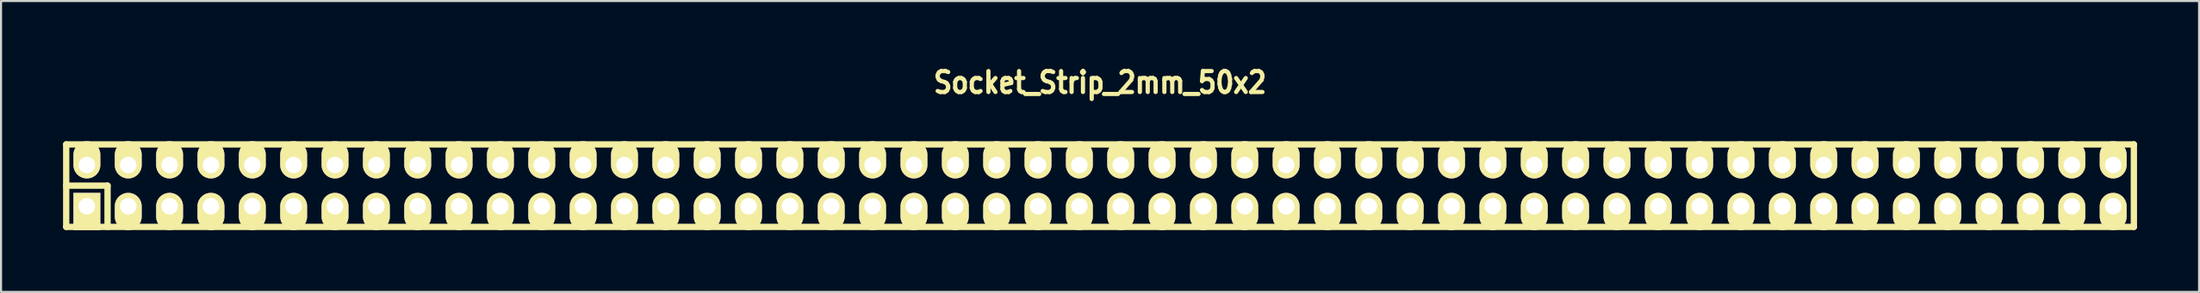
<source format=kicad_pcb>
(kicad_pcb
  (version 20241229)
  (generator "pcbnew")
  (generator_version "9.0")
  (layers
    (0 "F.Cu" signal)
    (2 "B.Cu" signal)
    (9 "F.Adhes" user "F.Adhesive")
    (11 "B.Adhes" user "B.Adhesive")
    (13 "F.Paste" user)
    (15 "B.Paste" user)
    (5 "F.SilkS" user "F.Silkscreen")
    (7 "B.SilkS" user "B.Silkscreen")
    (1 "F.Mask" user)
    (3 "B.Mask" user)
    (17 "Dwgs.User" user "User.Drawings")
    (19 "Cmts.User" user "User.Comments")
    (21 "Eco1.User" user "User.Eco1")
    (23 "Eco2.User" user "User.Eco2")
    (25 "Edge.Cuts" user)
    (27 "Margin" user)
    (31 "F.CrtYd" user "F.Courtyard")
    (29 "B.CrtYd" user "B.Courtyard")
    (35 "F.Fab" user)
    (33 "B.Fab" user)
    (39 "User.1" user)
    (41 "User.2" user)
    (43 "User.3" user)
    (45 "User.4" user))
  (footprint "Socket_Strip_2mm_50x2"
    (layer "F.Cu")
    (at 50.152 5.951)
    (property "Reference" "Socket_Strip_2mm_50x2" (at 0 -5 0) (layer "F.SilkS") (effects (font (size 1.016 0.889) (thickness 0.203))))
    (attr through_hole)
    (fp_line (start -50 -2) (end 50 -2) (stroke (width 0.305) (type solid)) (layer "F.SilkS"))
    (fp_line (start -50 0) (end -48 0) (stroke (width 0.305) (type solid)) (layer "F.SilkS"))
    (fp_line (start -50 2) (end -50 -2) (stroke (width 0.305) (type solid)) (layer "F.SilkS"))
    (fp_line (start -48 0) (end -48 2) (stroke (width 0.305) (type solid)) (layer "F.SilkS"))
    (fp_line (start 50 -2) (end 50 2) (stroke (width 0.305) (type solid)) (layer "F.SilkS"))
    (fp_line (start 50 2) (end -50 2) (stroke (width 0.305) (type solid)) (layer "F.SilkS"))
    (pad "1" thru_hole rect (at -49 1) (size 1.3 1.8) (drill 0.8 (offset 0 0.25)) (layers "*.Cu" "*.Mask" "F.SilkS"))
    (pad "2" thru_hole oval (at -49 -1) (size 1.3 1.8) (drill 0.8 (offset 0 -0.25)) (layers "*.Cu" "*.Mask" "F.SilkS"))
    (pad "3" thru_hole oval (at -47 1) (size 1.3 1.8) (drill 0.8 (offset 0 0.25)) (layers "*.Cu" "*.Mask" "F.SilkS"))
    (pad "4" thru_hole oval (at -47 -1) (size 1.3 1.8) (drill 0.8 (offset 0 -0.25)) (layers "*.Cu" "*.Mask" "F.SilkS"))
    (pad "5" thru_hole oval (at -45 1) (size 1.3 1.8) (drill 0.8 (offset 0 0.25)) (layers "*.Cu" "*.Mask" "F.SilkS"))
    (pad "6" thru_hole oval (at -45 -1) (size 1.3 1.8) (drill 0.8 (offset 0 -0.25)) (layers "*.Cu" "*.Mask" "F.SilkS"))
    (pad "7" thru_hole oval (at -43 1) (size 1.3 1.8) (drill 0.8 (offset 0 0.25)) (layers "*.Cu" "*.Mask" "F.SilkS"))
    (pad "8" thru_hole oval (at -43 -1) (size 1.3 1.8) (drill 0.8 (offset 0 -0.25)) (layers "*.Cu" "*.Mask" "F.SilkS"))
    (pad "9" thru_hole oval (at -41 1) (size 1.3 1.8) (drill 0.8 (offset 0 0.25)) (layers "*.Cu" "*.Mask" "F.SilkS"))
    (pad "10" thru_hole oval (at -41 -1) (size 1.3 1.8) (drill 0.8 (offset 0 -0.25)) (layers "*.Cu" "*.Mask" "F.SilkS"))
    (pad "11" thru_hole oval (at -39 1) (size 1.3 1.8) (drill 0.8 (offset 0 0.25)) (layers "*.Cu" "*.Mask" "F.SilkS"))
    (pad "12" thru_hole oval (at -39 -1) (size 1.3 1.8) (drill 0.8 (offset 0 -0.25)) (layers "*.Cu" "*.Mask" "F.SilkS"))
    (pad "13" thru_hole oval (at -37 1) (size 1.3 1.8) (drill 0.8 (offset 0 0.25)) (layers "*.Cu" "*.Mask" "F.SilkS"))
    (pad "14" thru_hole oval (at -37 -1) (size 1.3 1.8) (drill 0.8 (offset 0 -0.25)) (layers "*.Cu" "*.Mask" "F.SilkS"))
    (pad "15" thru_hole oval (at -35 1) (size 1.3 1.8) (drill 0.8 (offset 0 0.25)) (layers "*.Cu" "*.Mask" "F.SilkS"))
    (pad "16" thru_hole oval (at -35 -1) (size 1.3 1.8) (drill 0.8 (offset 0 -0.25)) (layers "*.Cu" "*.Mask" "F.SilkS"))
    (pad "17" thru_hole oval (at -33 1) (size 1.3 1.8) (drill 0.8 (offset 0 0.25)) (layers "*.Cu" "*.Mask" "F.SilkS"))
    (pad "18" thru_hole oval (at -33 -1) (size 1.3 1.8) (drill 0.8 (offset 0 -0.25)) (layers "*.Cu" "*.Mask" "F.SilkS"))
    (pad "19" thru_hole oval (at -31 1) (size 1.3 1.8) (drill 0.8 (offset 0 0.25)) (layers "*.Cu" "*.Mask" "F.SilkS"))
    (pad "20" thru_hole oval (at -31 -1) (size 1.3 1.8) (drill 0.8 (offset 0 -0.25)) (layers "*.Cu" "*.Mask" "F.SilkS"))
    (pad "21" thru_hole oval (at -29 1) (size 1.3 1.8) (drill 0.8 (offset 0 0.25)) (layers "*.Cu" "*.Mask" "F.SilkS"))
    (pad "22" thru_hole oval (at -29 -1) (size 1.3 1.8) (drill 0.8 (offset 0 -0.25)) (layers "*.Cu" "*.Mask" "F.SilkS"))
    (pad "23" thru_hole oval (at -27 1) (size 1.3 1.8) (drill 0.8 (offset 0 0.25)) (layers "*.Cu" "*.Mask" "F.SilkS"))
    (pad "24" thru_hole oval (at -27 -1) (size 1.3 1.8) (drill 0.8 (offset 0 -0.25)) (layers "*.Cu" "*.Mask" "F.SilkS"))
    (pad "25" thru_hole oval (at -25 1) (size 1.3 1.8) (drill 0.8 (offset 0 0.25)) (layers "*.Cu" "*.Mask" "F.SilkS"))
    (pad "26" thru_hole oval (at -25 -1) (size 1.3 1.8) (drill 0.8 (offset 0 -0.25)) (layers "*.Cu" "*.Mask" "F.SilkS"))
    (pad "27" thru_hole oval (at -23 1) (size 1.3 1.8) (drill 0.8 (offset 0 0.25)) (layers "*.Cu" "*.Mask" "F.SilkS"))
    (pad "28" thru_hole oval (at -23 -1) (size 1.3 1.8) (drill 0.8 (offset 0 -0.25)) (layers "*.Cu" "*.Mask" "F.SilkS"))
    (pad "29" thru_hole oval (at -21 1) (size 1.3 1.8) (drill 0.8 (offset 0 0.25)) (layers "*.Cu" "*.Mask" "F.SilkS"))
    (pad "30" thru_hole oval (at -21 -1) (size 1.3 1.8) (drill 0.8 (offset 0 -0.25)) (layers "*.Cu" "*.Mask" "F.SilkS"))
    (pad "31" thru_hole oval (at -19 1) (size 1.3 1.8) (drill 0.8 (offset 0 0.25)) (layers "*.Cu" "*.Mask" "F.SilkS"))
    (pad "32" thru_hole oval (at -19 -1) (size 1.3 1.8) (drill 0.8 (offset 0 -0.25)) (layers "*.Cu" "*.Mask" "F.SilkS"))
    (pad "33" thru_hole oval (at -17 1) (size 1.3 1.8) (drill 0.8 (offset 0 0.25)) (layers "*.Cu" "*.Mask" "F.SilkS"))
    (pad "34" thru_hole oval (at -17 -1) (size 1.3 1.8) (drill 0.8 (offset 0 -0.25)) (layers "*.Cu" "*.Mask" "F.SilkS"))
    (pad "35" thru_hole oval (at -15 1) (size 1.3 1.8) (drill 0.8 (offset 0 0.25)) (layers "*.Cu" "*.Mask" "F.SilkS"))
    (pad "36" thru_hole oval (at -15 -1) (size 1.3 1.8) (drill 0.8 (offset 0 -0.25)) (layers "*.Cu" "*.Mask" "F.SilkS"))
    (pad "37" thru_hole oval (at -13 1) (size 1.3 1.8) (drill 0.8 (offset 0 0.25)) (layers "*.Cu" "*.Mask" "F.SilkS"))
    (pad "38" thru_hole oval (at -13 -1) (size 1.3 1.8) (drill 0.8 (offset 0 -0.25)) (layers "*.Cu" "*.Mask" "F.SilkS"))
    (pad "39" thru_hole oval (at -11 1) (size 1.3 1.8) (drill 0.8 (offset 0 0.25)) (layers "*.Cu" "*.Mask" "F.SilkS"))
    (pad "40" thru_hole oval (at -11 -1) (size 1.3 1.8) (drill 0.8 (offset 0 -0.25)) (layers "*.Cu" "*.Mask" "F.SilkS"))
    (pad "41" thru_hole oval (at -9 1) (size 1.3 1.8) (drill 0.8 (offset 0 0.25)) (layers "*.Cu" "*.Mask" "F.SilkS"))
    (pad "42" thru_hole oval (at -9 -1) (size 1.3 1.8) (drill 0.8 (offset 0 -0.25)) (layers "*.Cu" "*.Mask" "F.SilkS"))
    (pad "43" thru_hole oval (at -7 1) (size 1.3 1.8) (drill 0.8 (offset 0 0.25)) (layers "*.Cu" "*.Mask" "F.SilkS"))
    (pad "44" thru_hole oval (at -7 -1) (size 1.3 1.8) (drill 0.8 (offset 0 -0.25)) (layers "*.Cu" "*.Mask" "F.SilkS"))
    (pad "45" thru_hole oval (at -5 1) (size 1.3 1.8) (drill 0.8 (offset 0 0.25)) (layers "*.Cu" "*.Mask" "F.SilkS"))
    (pad "46" thru_hole oval (at -5 -1) (size 1.3 1.8) (drill 0.8 (offset 0 -0.25)) (layers "*.Cu" "*.Mask" "F.SilkS"))
    (pad "47" thru_hole oval (at -3 1) (size 1.3 1.8) (drill 0.8 (offset 0 0.25)) (layers "*.Cu" "*.Mask" "F.SilkS"))
    (pad "48" thru_hole oval (at -3 -1) (size 1.3 1.8) (drill 0.8 (offset 0 -0.25)) (layers "*.Cu" "*.Mask" "F.SilkS"))
    (pad "49" thru_hole oval (at -1 1) (size 1.3 1.8) (drill 0.8 (offset 0 0.25)) (layers "*.Cu" "*.Mask" "F.SilkS"))
    (pad "50" thru_hole oval (at -1 -1) (size 1.3 1.8) (drill 0.8 (offset 0 -0.25)) (layers "*.Cu" "*.Mask" "F.SilkS"))
    (pad "51" thru_hole oval (at 1 1) (size 1.3 1.8) (drill 0.8 (offset 0 0.25)) (layers "*.Cu" "*.Mask" "F.SilkS"))
    (pad "52" thru_hole oval (at 1 -1) (size 1.3 1.8) (drill 0.8 (offset 0 -0.25)) (layers "*.Cu" "*.Mask" "F.SilkS"))
    (pad "53" thru_hole oval (at 3 1) (size 1.3 1.8) (drill 0.8 (offset 0 0.25)) (layers "*.Cu" "*.Mask" "F.SilkS"))
    (pad "54" thru_hole oval (at 3 -1) (size 1.3 1.8) (drill 0.8 (offset 0 -0.25)) (layers "*.Cu" "*.Mask" "F.SilkS"))
    (pad "55" thru_hole oval (at 5 1) (size 1.3 1.8) (drill 0.8 (offset 0 0.25)) (layers "*.Cu" "*.Mask" "F.SilkS"))
    (pad "56" thru_hole oval (at 5 -1) (size 1.3 1.8) (drill 0.8 (offset 0 -0.25)) (layers "*.Cu" "*.Mask" "F.SilkS"))
    (pad "57" thru_hole oval (at 7 1) (size 1.3 1.8) (drill 0.8 (offset 0 0.25)) (layers "*.Cu" "*.Mask" "F.SilkS"))
    (pad "58" thru_hole oval (at 7 -1) (size 1.3 1.8) (drill 0.8 (offset 0 -0.25)) (layers "*.Cu" "*.Mask" "F.SilkS"))
    (pad "59" thru_hole oval (at 9 1) (size 1.3 1.8) (drill 0.8 (offset 0 0.25)) (layers "*.Cu" "*.Mask" "F.SilkS"))
    (pad "60" thru_hole oval (at 9 -1) (size 1.3 1.8) (drill 0.8 (offset 0 -0.25)) (layers "*.Cu" "*.Mask" "F.SilkS"))
    (pad "61" thru_hole oval (at 11 1) (size 1.3 1.8) (drill 0.8 (offset 0 0.25)) (layers "*.Cu" "*.Mask" "F.SilkS"))
    (pad "62" thru_hole oval (at 11 -1) (size 1.3 1.8) (drill 0.8 (offset 0 -0.25)) (layers "*.Cu" "*.Mask" "F.SilkS"))
    (pad "63" thru_hole oval (at 13 1) (size 1.3 1.8) (drill 0.8 (offset 0 0.25)) (layers "*.Cu" "*.Mask" "F.SilkS"))
    (pad "64" thru_hole oval (at 13 -1) (size 1.3 1.8) (drill 0.8 (offset 0 -0.25)) (layers "*.Cu" "*.Mask" "F.SilkS"))
    (pad "65" thru_hole oval (at 15 1) (size 1.3 1.8) (drill 0.8 (offset 0 0.25)) (layers "*.Cu" "*.Mask" "F.SilkS"))
    (pad "66" thru_hole oval (at 15 -1) (size 1.3 1.8) (drill 0.8 (offset 0 -0.25)) (layers "*.Cu" "*.Mask" "F.SilkS"))
    (pad "67" thru_hole oval (at 17 1) (size 1.3 1.8) (drill 0.8 (offset 0 0.25)) (layers "*.Cu" "*.Mask" "F.SilkS"))
    (pad "68" thru_hole oval (at 17 -1) (size 1.3 1.8) (drill 0.8 (offset 0 -0.25)) (layers "*.Cu" "*.Mask" "F.SilkS"))
    (pad "69" thru_hole oval (at 19 1) (size 1.3 1.8) (drill 0.8 (offset 0 0.25)) (layers "*.Cu" "*.Mask" "F.SilkS"))
    (pad "70" thru_hole oval (at 19 -1) (size 1.3 1.8) (drill 0.8 (offset 0 -0.25)) (layers "*.Cu" "*.Mask" "F.SilkS"))
    (pad "71" thru_hole oval (at 21 1) (size 1.3 1.8) (drill 0.8 (offset 0 0.25)) (layers "*.Cu" "*.Mask" "F.SilkS"))
    (pad "72" thru_hole oval (at 21 -1) (size 1.3 1.8) (drill 0.8 (offset 0 -0.25)) (layers "*.Cu" "*.Mask" "F.SilkS"))
    (pad "73" thru_hole oval (at 23 1) (size 1.3 1.8) (drill 0.8 (offset 0 0.25)) (layers "*.Cu" "*.Mask" "F.SilkS"))
    (pad "74" thru_hole oval (at 23 -1) (size 1.3 1.8) (drill 0.8 (offset 0 -0.25)) (layers "*.Cu" "*.Mask" "F.SilkS"))
    (pad "75" thru_hole oval (at 25 1) (size 1.3 1.8) (drill 0.8 (offset 0 0.25)) (layers "*.Cu" "*.Mask" "F.SilkS"))
    (pad "76" thru_hole oval (at 25 -1) (size 1.3 1.8) (drill 0.8 (offset 0 -0.25)) (layers "*.Cu" "*.Mask" "F.SilkS"))
    (pad "77" thru_hole oval (at 27 1) (size 1.3 1.8) (drill 0.8 (offset 0 0.25)) (layers "*.Cu" "*.Mask" "F.SilkS"))
    (pad "78" thru_hole oval (at 27 -1) (size 1.3 1.8) (drill 0.8 (offset 0 -0.25)) (layers "*.Cu" "*.Mask" "F.SilkS"))
    (pad "79" thru_hole oval (at 29 1) (size 1.3 1.8) (drill 0.8 (offset 0 0.25)) (layers "*.Cu" "*.Mask" "F.SilkS"))
    (pad "80" thru_hole oval (at 29 -1) (size 1.3 1.8) (drill 0.8 (offset 0 -0.25)) (layers "*.Cu" "*.Mask" "F.SilkS"))
    (pad "81" thru_hole oval (at 31 1) (size 1.3 1.8) (drill 0.8 (offset 0 0.25)) (layers "*.Cu" "*.Mask" "F.SilkS"))
    (pad "82" thru_hole oval (at 31 -1) (size 1.3 1.8) (drill 0.8 (offset 0 -0.25)) (layers "*.Cu" "*.Mask" "F.SilkS"))
    (pad "83" thru_hole oval (at 33 1) (size 1.3 1.8) (drill 0.8 (offset 0 0.25)) (layers "*.Cu" "*.Mask" "F.SilkS"))
    (pad "84" thru_hole oval (at 33 -1) (size 1.3 1.8) (drill 0.8 (offset 0 -0.25)) (layers "*.Cu" "*.Mask" "F.SilkS"))
    (pad "85" thru_hole oval (at 35 1) (size 1.3 1.8) (drill 0.8 (offset 0 0.25)) (layers "*.Cu" "*.Mask" "F.SilkS"))
    (pad "86" thru_hole oval (at 35 -1) (size 1.3 1.8) (drill 0.8 (offset 0 -0.25)) (layers "*.Cu" "*.Mask" "F.SilkS"))
    (pad "87" thru_hole oval (at 37 1) (size 1.3 1.8) (drill 0.8 (offset 0 0.25)) (layers "*.Cu" "*.Mask" "F.SilkS"))
    (pad "88" thru_hole oval (at 37 -1) (size 1.3 1.8) (drill 0.8 (offset 0 -0.25)) (layers "*.Cu" "*.Mask" "F.SilkS"))
    (pad "89" thru_hole oval (at 39 1) (size 1.3 1.8) (drill 0.8 (offset 0 0.25)) (layers "*.Cu" "*.Mask" "F.SilkS"))
    (pad "90" thru_hole oval (at 39 -1) (size 1.3 1.8) (drill 0.8 (offset 0 -0.25)) (layers "*.Cu" "*.Mask" "F.SilkS"))
    (pad "91" thru_hole oval (at 41 1) (size 1.3 1.8) (drill 0.8 (offset 0 0.25)) (layers "*.Cu" "*.Mask" "F.SilkS"))
    (pad "92" thru_hole oval (at 41 -1) (size 1.3 1.8) (drill 0.8 (offset 0 -0.25)) (layers "*.Cu" "*.Mask" "F.SilkS"))
    (pad "93" thru_hole oval (at 43 1) (size 1.3 1.8) (drill 0.8 (offset 0 0.25)) (layers "*.Cu" "*.Mask" "F.SilkS"))
    (pad "94" thru_hole oval (at 43 -1) (size 1.3 1.8) (drill 0.8 (offset 0 -0.25)) (layers "*.Cu" "*.Mask" "F.SilkS"))
    (pad "95" thru_hole oval (at 45 1) (size 1.3 1.8) (drill 0.8 (offset 0 0.25)) (layers "*.Cu" "*.Mask" "F.SilkS"))
    (pad "96" thru_hole oval (at 45 -1) (size 1.3 1.8) (drill 0.8 (offset 0 -0.25)) (layers "*.Cu" "*.Mask" "F.SilkS"))
    (pad "97" thru_hole oval (at 47 1) (size 1.3 1.8) (drill 0.8 (offset 0 0.25)) (layers "*.Cu" "*.Mask" "F.SilkS"))
    (pad "98" thru_hole oval (at 47 -1) (size 1.3 1.8) (drill 0.8 (offset 0 -0.25)) (layers "*.Cu" "*.Mask" "F.SilkS"))
    (pad "99" thru_hole oval (at 49 1) (size 1.3 1.8) (drill 0.8 (offset 0 0.25)) (layers "*.Cu" "*.Mask" "F.SilkS"))
    (pad "100" thru_hole oval (at 49 -1) (size 1.3 1.8) (drill 0.8 (offset 0 -0.25)) (layers "*.Cu" "*.Mask" "F.SilkS")))
  (gr_rect
    (start -3 -3)
    (end 103.305 11.103)
    (stroke (width 0.1) (type default))
    (fill no)
    (layer "Edge.Cuts")))
</source>
